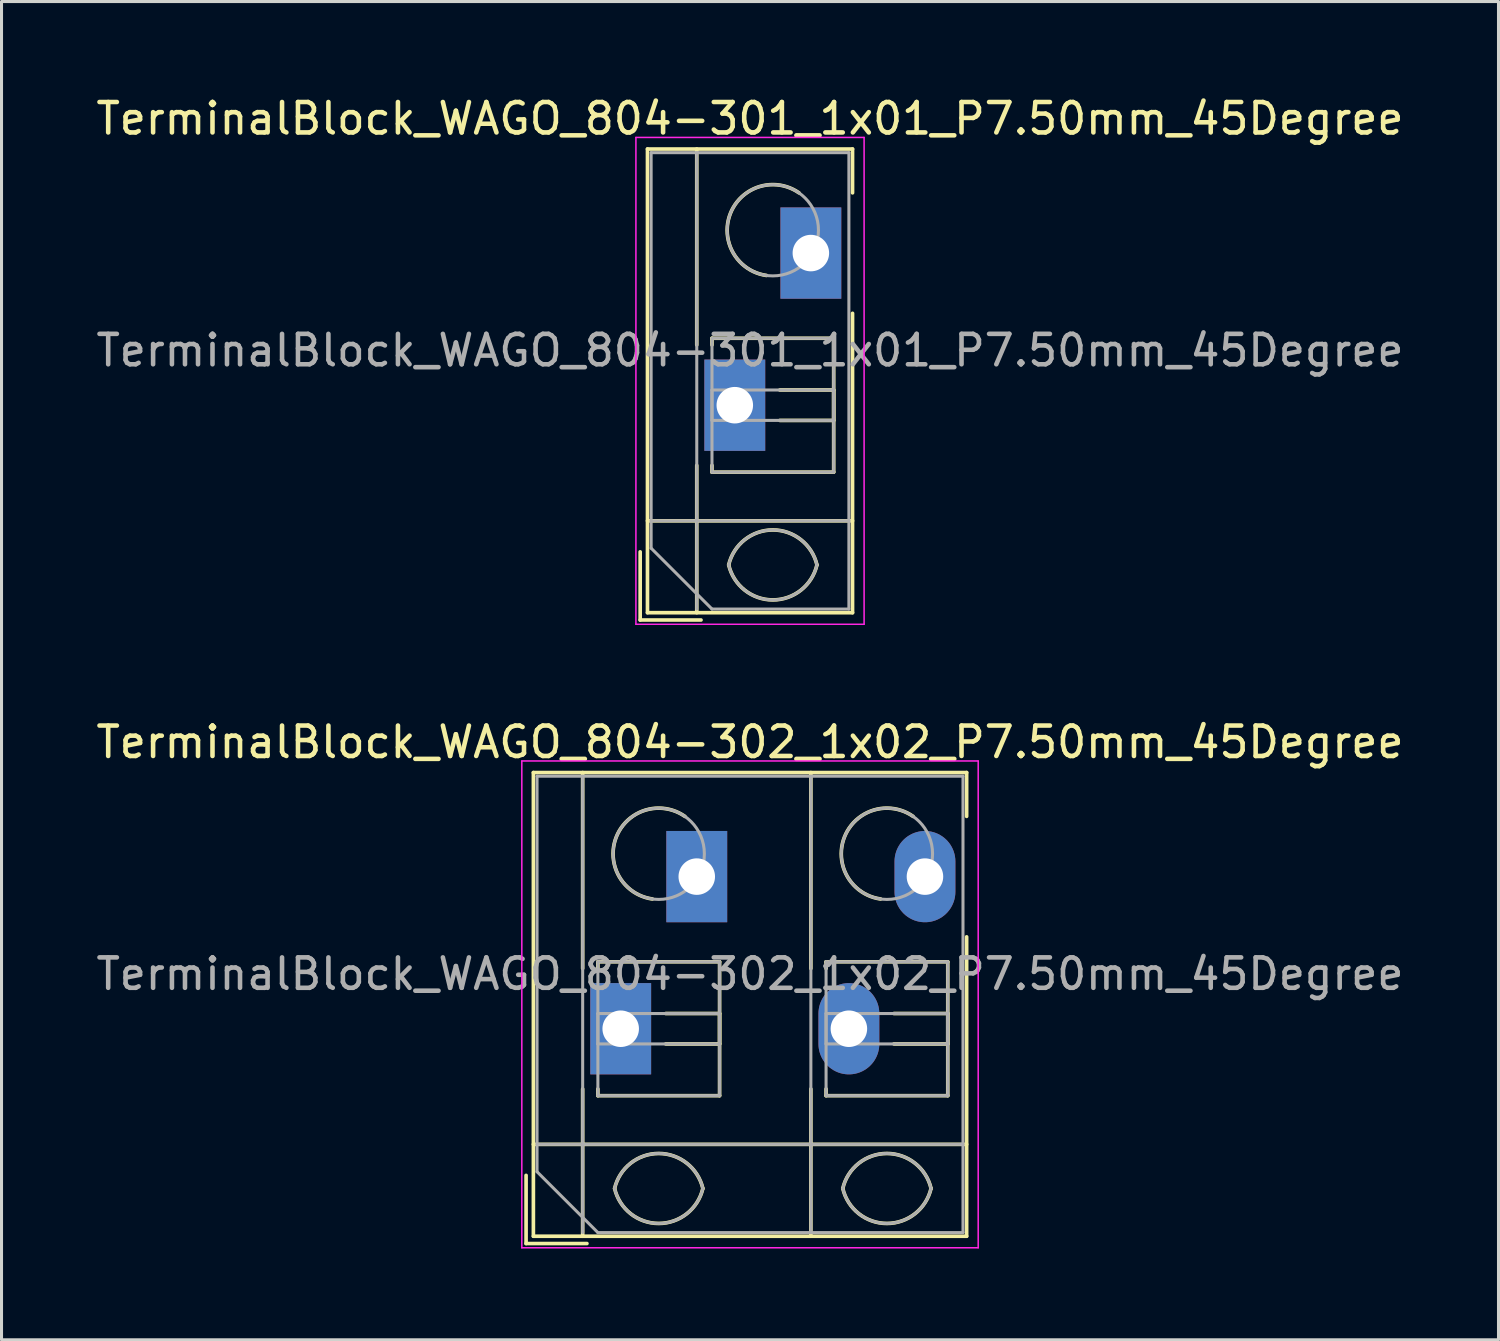
<source format=kicad_pcb>
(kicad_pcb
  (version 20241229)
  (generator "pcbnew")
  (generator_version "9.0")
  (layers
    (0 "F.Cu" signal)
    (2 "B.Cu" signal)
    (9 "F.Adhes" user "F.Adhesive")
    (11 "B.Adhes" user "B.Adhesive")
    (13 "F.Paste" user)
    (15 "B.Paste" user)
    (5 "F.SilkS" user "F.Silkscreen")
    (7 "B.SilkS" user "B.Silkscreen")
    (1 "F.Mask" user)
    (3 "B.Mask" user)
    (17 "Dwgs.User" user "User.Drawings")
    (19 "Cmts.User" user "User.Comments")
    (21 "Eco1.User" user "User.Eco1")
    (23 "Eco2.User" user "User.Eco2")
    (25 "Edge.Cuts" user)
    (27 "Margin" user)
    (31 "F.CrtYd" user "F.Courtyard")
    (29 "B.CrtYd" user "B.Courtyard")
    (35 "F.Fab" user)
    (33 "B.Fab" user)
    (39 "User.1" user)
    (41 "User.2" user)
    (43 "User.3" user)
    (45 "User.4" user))
  (footprint "TerminalBlock_WAGO_804-302_1x02_P7.50mm_45Degree"
    (layer "F.Cu")
    (at 17.351 30.762)
    (property "Reference" "TerminalBlock_WAGO_804-302_1x02_P7.50mm_45Degree" (at 4.25 -9.42 0) (layer "F.SilkS") (effects (font (size 1 1) (thickness 0.15))))
    (attr through_hole)
    (fp_line (start -3.11 4.82) (end -3.11 7.06) (stroke (width 0.12) (type solid)) (layer "F.SilkS"))
    (fp_line (start -3.11 7.06) (end -1.11 7.06) (stroke (width 0.12) (type solid)) (layer "F.SilkS"))
    (fp_line (start -2.87 -8.42) (end -2.87 6.82) (stroke (width 0.12) (type solid)) (layer "F.SilkS"))
    (fp_line (start -2.87 -8.42) (end 11.37 -8.42) (stroke (width 0.12) (type solid)) (layer "F.SilkS"))
    (fp_line (start -2.87 3.8) (end 11.37 3.8) (stroke (width 0.12) (type solid)) (layer "F.SilkS"))
    (fp_line (start -2.87 6.82) (end 11.37 6.82) (stroke (width 0.12) (type solid)) (layer "F.SilkS"))
    (fp_line (start -1.25 -8.42) (end -1.25 -1.98) (stroke (width 0.12) (type solid)) (layer "F.SilkS"))
    (fp_line (start -1.25 1.98) (end -1.25 6.82) (stroke (width 0.12) (type solid)) (layer "F.SilkS"))
    (fp_line (start -0.75 -2.2) (end -0.75 -1.98) (stroke (width 0.12) (type solid)) (layer "F.SilkS"))
    (fp_line (start -0.75 -2.2) (end 3.25 -2.2) (stroke (width 0.12) (type solid)) (layer "F.SilkS"))
    (fp_line (start -0.75 1.98) (end -0.75 2.2) (stroke (width 0.12) (type solid)) (layer "F.SilkS"))
    (fp_line (start -0.75 2.2) (end 3.25 2.2) (stroke (width 0.12) (type solid)) (layer "F.SilkS"))
    (fp_line (start 1.48 -0.5) (end 3.25 -0.5) (stroke (width 0.12) (type solid)) (layer "F.SilkS"))
    (fp_line (start 1.48 0.5) (end 3.25 0.5) (stroke (width 0.12) (type solid)) (layer "F.SilkS"))
    (fp_line (start 3.25 -2.2) (end 3.25 2.2) (stroke (width 0.12) (type solid)) (layer "F.SilkS"))
    (fp_line (start 3.25 -0.5) (end 3.25 0.5) (stroke (width 0.12) (type solid)) (layer "F.SilkS"))
    (fp_line (start 6.25 -8.42) (end 6.25 -1.98) (stroke (width 0.12) (type solid)) (layer "F.SilkS"))
    (fp_line (start 6.25 1.98) (end 6.25 6.82) (stroke (width 0.12) (type solid)) (layer "F.SilkS"))
    (fp_line (start 6.75 -2.2) (end 6.75 -1.98) (stroke (width 0.12) (type solid)) (layer "F.SilkS"))
    (fp_line (start 6.75 -2.2) (end 10.75 -2.2) (stroke (width 0.12) (type solid)) (layer "F.SilkS"))
    (fp_line (start 6.75 1.98) (end 6.75 2.2) (stroke (width 0.12) (type solid)) (layer "F.SilkS"))
    (fp_line (start 6.75 2.2) (end 10.75 2.2) (stroke (width 0.12) (type solid)) (layer "F.SilkS"))
    (fp_line (start 8.98 -0.5) (end 10.75 -0.5) (stroke (width 0.12) (type solid)) (layer "F.SilkS"))
    (fp_line (start 8.98 0.5) (end 10.75 0.5) (stroke (width 0.12) (type solid)) (layer "F.SilkS"))
    (fp_line (start 10.75 -2.2) (end 10.75 2.2) (stroke (width 0.12) (type solid)) (layer "F.SilkS"))
    (fp_line (start 10.75 -0.5) (end 10.75 0.5) (stroke (width 0.12) (type solid)) (layer "F.SilkS"))
    (fp_line (start 11.37 -8.42) (end 11.37 -6.98) (stroke (width 0.12) (type solid)) (layer "F.SilkS"))
    (fp_line (start 11.37 -3.02) (end 11.37 6.82) (stroke (width 0.12) (type solid)) (layer "F.SilkS"))
    (fp_arc (start -0.200865 5.250424) (mid 1.250296 4.099926) (end 2.701 5.251) (stroke (width 0.12) (type solid)) (layer "F.SilkS"))
    (fp_arc (start 1.040798 -4.264067) (mid -0.146039 -6.300306) (end 2.111 -6.979) (stroke (width 0.12) (type solid)) (layer "F.SilkS"))
    (fp_arc (start 2.7 5.25) (mid 1.250068 6.400101) (end -0.199969 5.250133) (stroke (width 0.12) (type solid)) (layer "F.SilkS"))
    (fp_arc (start 7.299135 5.250424) (mid 8.750296 4.099926) (end 10.201 5.251) (stroke (width 0.12) (type solid)) (layer "F.SilkS"))
    (fp_arc (start 8.540798 -4.264067) (mid 7.353961 -6.300306) (end 9.611 -6.979) (stroke (width 0.12) (type solid)) (layer "F.SilkS"))
    (fp_arc (start 10.2 5.25) (mid 8.750068 6.400101) (end 7.300031 5.250133) (stroke (width 0.12) (type solid)) (layer "F.SilkS"))
    (fp_line (start -3.25 -8.8) (end -3.25 7.2) (stroke (width 0.05) (type solid)) (layer "F.CrtYd"))
    (fp_line (start -3.25 7.2) (end 11.75 7.2) (stroke (width 0.05) (type solid)) (layer "F.CrtYd"))
    (fp_line (start 11.75 -8.8) (end -3.25 -8.8) (stroke (width 0.05) (type solid)) (layer "F.CrtYd"))
    (fp_line (start 11.75 7.2) (end 11.75 -8.8) (stroke (width 0.05) (type solid)) (layer "F.CrtYd"))
    (fp_line (start -2.75 -8.3) (end 11.25 -8.3) (stroke (width 0.1) (type solid)) (layer "F.Fab"))
    (fp_line (start -2.75 3.8) (end 11.25 3.8) (stroke (width 0.1) (type solid)) (layer "F.Fab"))
    (fp_line (start -2.75 4.7) (end -2.75 -8.3) (stroke (width 0.1) (type solid)) (layer "F.Fab"))
    (fp_line (start -1.25 -8.3) (end -1.25 6.7) (stroke (width 0.1) (type solid)) (layer "F.Fab"))
    (fp_line (start -0.75 -2.2) (end -0.75 2.2) (stroke (width 0.1) (type solid)) (layer "F.Fab"))
    (fp_line (start -0.75 -0.5) (end -0.75 0.5) (stroke (width 0.1) (type solid)) (layer "F.Fab"))
    (fp_line (start -0.75 0.5) (end 3.25 0.5) (stroke (width 0.1) (type solid)) (layer "F.Fab"))
    (fp_line (start -0.75 2.2) (end 3.25 2.2) (stroke (width 0.1) (type solid)) (layer "F.Fab"))
    (fp_line (start -0.75 6.7) (end -2.75 4.7) (stroke (width 0.1) (type solid)) (layer "F.Fab"))
    (fp_line (start 3.25 -2.2) (end -0.75 -2.2) (stroke (width 0.1) (type solid)) (layer "F.Fab"))
    (fp_line (start 3.25 -0.5) (end -0.75 -0.5) (stroke (width 0.1) (type solid)) (layer "F.Fab"))
    (fp_line (start 3.25 0.5) (end 3.25 -0.5) (stroke (width 0.1) (type solid)) (layer "F.Fab"))
    (fp_line (start 3.25 2.2) (end 3.25 -2.2) (stroke (width 0.1) (type solid)) (layer "F.Fab"))
    (fp_line (start 6.25 -8.3) (end 6.25 6.7) (stroke (width 0.1) (type solid)) (layer "F.Fab"))
    (fp_line (start 6.75 -2.2) (end 6.75 2.2) (stroke (width 0.1) (type solid)) (layer "F.Fab"))
    (fp_line (start 6.75 -0.5) (end 6.75 0.5) (stroke (width 0.1) (type solid)) (layer "F.Fab"))
    (fp_line (start 6.75 0.5) (end 10.75 0.5) (stroke (width 0.1) (type solid)) (layer "F.Fab"))
    (fp_line (start 6.75 2.2) (end 10.75 2.2) (stroke (width 0.1) (type solid)) (layer "F.Fab"))
    (fp_line (start 10.75 -2.2) (end 6.75 -2.2) (stroke (width 0.1) (type solid)) (layer "F.Fab"))
    (fp_line (start 10.75 -0.5) (end 6.75 -0.5) (stroke (width 0.1) (type solid)) (layer "F.Fab"))
    (fp_line (start 10.75 0.5) (end 10.75 -0.5) (stroke (width 0.1) (type solid)) (layer "F.Fab"))
    (fp_line (start 10.75 2.2) (end 10.75 -2.2) (stroke (width 0.1) (type solid)) (layer "F.Fab"))
    (fp_line (start 11.25 -8.3) (end 11.25 6.7) (stroke (width 0.1) (type solid)) (layer "F.Fab"))
    (fp_line (start 11.25 6.7) (end -0.75 6.7) (stroke (width 0.1) (type solid)) (layer "F.Fab"))
    (fp_arc (start -0.200865 5.250424) (mid 1.250296 4.099926) (end 2.701 5.251) (stroke (width 0.1) (type solid)) (layer "F.Fab"))
    (fp_arc (start 2.7 5.25) (mid 1.250068 6.400101) (end -0.199969 5.250133) (stroke (width 0.1) (type solid)) (layer "F.Fab"))
    (fp_arc (start 7.299135 5.250424) (mid 8.750296 4.099926) (end 10.201 5.251) (stroke (width 0.1) (type solid)) (layer "F.Fab"))
    (fp_arc (start 10.2 5.25) (mid 8.750068 6.400101) (end 7.300031 5.250133) (stroke (width 0.1) (type solid)) (layer "F.Fab"))
    (fp_circle (center 1.25 -5.75) (end 2.75 -5.75) (stroke (width 0.1) (type solid)) (fill no) (layer "F.Fab"))
    (fp_circle (center 8.75 -5.75) (end 10.25 -5.75) (stroke (width 0.1) (type solid)) (fill no) (layer "F.Fab"))
    (fp_text user "${REFERENCE}" (at 4.25 -1.8 0) (layer "F.Fab") (effects (font (size 1 1) (thickness 0.15))))
    (pad "1" thru_hole rect (at 0 0) (size 2 3) (drill 1.2) (layers "*.Cu" "*.Mask"))
    (pad "1" thru_hole rect (at 2.5 -5) (size 2 3) (drill 1.2) (layers "*.Cu" "*.Mask"))
    (pad "2" thru_hole oval (at 7.5 0) (size 2 3) (drill 1.2) (layers "*.Cu" "*.Mask"))
    (pad "2" thru_hole oval (at 10 -5) (size 2 3) (drill 1.2) (layers "*.Cu" "*.Mask")))
  (footprint "TerminalBlock_WAGO_804-301_1x01_P7.50mm_45Degree"
    (layer "F.Cu")
    (at 21.101 10.268)
    (property "Reference" "TerminalBlock_WAGO_804-301_1x01_P7.50mm_45Degree" (at 0.5 -9.42 0) (layer "F.SilkS") (effects (font (size 1 1) (thickness 0.15))))
    (attr through_hole)
    (fp_line (start -3.11 4.82) (end -3.11 7.06) (stroke (width 0.12) (type solid)) (layer "F.SilkS"))
    (fp_line (start -3.11 7.06) (end -1.11 7.06) (stroke (width 0.12) (type solid)) (layer "F.SilkS"))
    (fp_line (start -2.87 -8.42) (end -2.87 6.82) (stroke (width 0.12) (type solid)) (layer "F.SilkS"))
    (fp_line (start -2.87 -8.42) (end 3.87 -8.42) (stroke (width 0.12) (type solid)) (layer "F.SilkS"))
    (fp_line (start -2.87 3.8) (end 3.87 3.8) (stroke (width 0.12) (type solid)) (layer "F.SilkS"))
    (fp_line (start -2.87 6.82) (end 3.87 6.82) (stroke (width 0.12) (type solid)) (layer "F.SilkS"))
    (fp_line (start -1.25 -8.42) (end -1.25 -1.98) (stroke (width 0.12) (type solid)) (layer "F.SilkS"))
    (fp_line (start -1.25 1.98) (end -1.25 6.82) (stroke (width 0.12) (type solid)) (layer "F.SilkS"))
    (fp_line (start -0.75 -2.2) (end -0.75 -1.98) (stroke (width 0.12) (type solid)) (layer "F.SilkS"))
    (fp_line (start -0.75 -2.2) (end 3.25 -2.2) (stroke (width 0.12) (type solid)) (layer "F.SilkS"))
    (fp_line (start -0.75 1.98) (end -0.75 2.2) (stroke (width 0.12) (type solid)) (layer "F.SilkS"))
    (fp_line (start -0.75 2.2) (end 3.25 2.2) (stroke (width 0.12) (type solid)) (layer "F.SilkS"))
    (fp_line (start 1.48 -0.5) (end 3.25 -0.5) (stroke (width 0.12) (type solid)) (layer "F.SilkS"))
    (fp_line (start 1.48 0.5) (end 3.25 0.5) (stroke (width 0.12) (type solid)) (layer "F.SilkS"))
    (fp_line (start 3.25 -2.2) (end 3.25 2.2) (stroke (width 0.12) (type solid)) (layer "F.SilkS"))
    (fp_line (start 3.25 -0.5) (end 3.25 0.5) (stroke (width 0.12) (type solid)) (layer "F.SilkS"))
    (fp_line (start 3.87 -8.42) (end 3.87 -6.98) (stroke (width 0.12) (type solid)) (layer "F.SilkS"))
    (fp_line (start 3.87 -3.02) (end 3.87 6.82) (stroke (width 0.12) (type solid)) (layer "F.SilkS"))
    (fp_arc (start -0.200865 5.250424) (mid 1.250296 4.099926) (end 2.701 5.251) (stroke (width 0.12) (type solid)) (layer "F.SilkS"))
    (fp_arc (start 1.040798 -4.264067) (mid -0.146039 -6.300306) (end 2.111 -6.979) (stroke (width 0.12) (type solid)) (layer "F.SilkS"))
    (fp_arc (start 2.7 5.25) (mid 1.250068 6.400101) (end -0.199969 5.250133) (stroke (width 0.12) (type solid)) (layer "F.SilkS"))
    (fp_line (start -3.25 -8.8) (end -3.25 7.2) (stroke (width 0.05) (type solid)) (layer "F.CrtYd"))
    (fp_line (start -3.25 7.2) (end 4.25 7.2) (stroke (width 0.05) (type solid)) (layer "F.CrtYd"))
    (fp_line (start 4.25 -8.8) (end -3.25 -8.8) (stroke (width 0.05) (type solid)) (layer "F.CrtYd"))
    (fp_line (start 4.25 7.2) (end 4.25 -8.8) (stroke (width 0.05) (type solid)) (layer "F.CrtYd"))
    (fp_line (start -2.75 -8.3) (end 3.75 -8.3) (stroke (width 0.1) (type solid)) (layer "F.Fab"))
    (fp_line (start -2.75 3.8) (end 3.75 3.8) (stroke (width 0.1) (type solid)) (layer "F.Fab"))
    (fp_line (start -2.75 4.7) (end -2.75 -8.3) (stroke (width 0.1) (type solid)) (layer "F.Fab"))
    (fp_line (start -1.25 -8.3) (end -1.25 6.7) (stroke (width 0.1) (type solid)) (layer "F.Fab"))
    (fp_line (start -0.75 -2.2) (end -0.75 2.2) (stroke (width 0.1) (type solid)) (layer "F.Fab"))
    (fp_line (start -0.75 -0.5) (end -0.75 0.5) (stroke (width 0.1) (type solid)) (layer "F.Fab"))
    (fp_line (start -0.75 0.5) (end 3.25 0.5) (stroke (width 0.1) (type solid)) (layer "F.Fab"))
    (fp_line (start -0.75 2.2) (end 3.25 2.2) (stroke (width 0.1) (type solid)) (layer "F.Fab"))
    (fp_line (start -0.75 6.7) (end -2.75 4.7) (stroke (width 0.1) (type solid)) (layer "F.Fab"))
    (fp_line (start 3.25 -2.2) (end -0.75 -2.2) (stroke (width 0.1) (type solid)) (layer "F.Fab"))
    (fp_line (start 3.25 -0.5) (end -0.75 -0.5) (stroke (width 0.1) (type solid)) (layer "F.Fab"))
    (fp_line (start 3.25 0.5) (end 3.25 -0.5) (stroke (width 0.1) (type solid)) (layer "F.Fab"))
    (fp_line (start 3.25 2.2) (end 3.25 -2.2) (stroke (width 0.1) (type solid)) (layer "F.Fab"))
    (fp_line (start 3.75 -8.3) (end 3.75 6.7) (stroke (width 0.1) (type solid)) (layer "F.Fab"))
    (fp_line (start 3.75 6.7) (end -0.75 6.7) (stroke (width 0.1) (type solid)) (layer "F.Fab"))
    (fp_arc (start -0.200865 5.250424) (mid 1.250296 4.099926) (end 2.701 5.251) (stroke (width 0.1) (type solid)) (layer "F.Fab"))
    (fp_arc (start 2.7 5.25) (mid 1.250068 6.400101) (end -0.199969 5.250133) (stroke (width 0.1) (type solid)) (layer "F.Fab"))
    (fp_circle (center 1.25 -5.75) (end 2.75 -5.75) (stroke (width 0.1) (type solid)) (fill no) (layer "F.Fab"))
    (fp_text user "${REFERENCE}" (at 0.5 -1.8 0) (layer "F.Fab") (effects (font (size 1 1) (thickness 0.15))))
    (pad "1" thru_hole rect (at 0 0) (size 2 3) (drill 1.2) (layers "*.Cu" "*.Mask"))
    (pad "1" thru_hole rect (at 2.5 -5) (size 2 3) (drill 1.2) (layers "*.Cu" "*.Mask")))
  (gr_rect
    (start -3 -3)
    (end 46.202 40.986)
    (stroke (width 0.1) (type default))
    (fill no)
    (layer "Edge.Cuts")))
</source>
